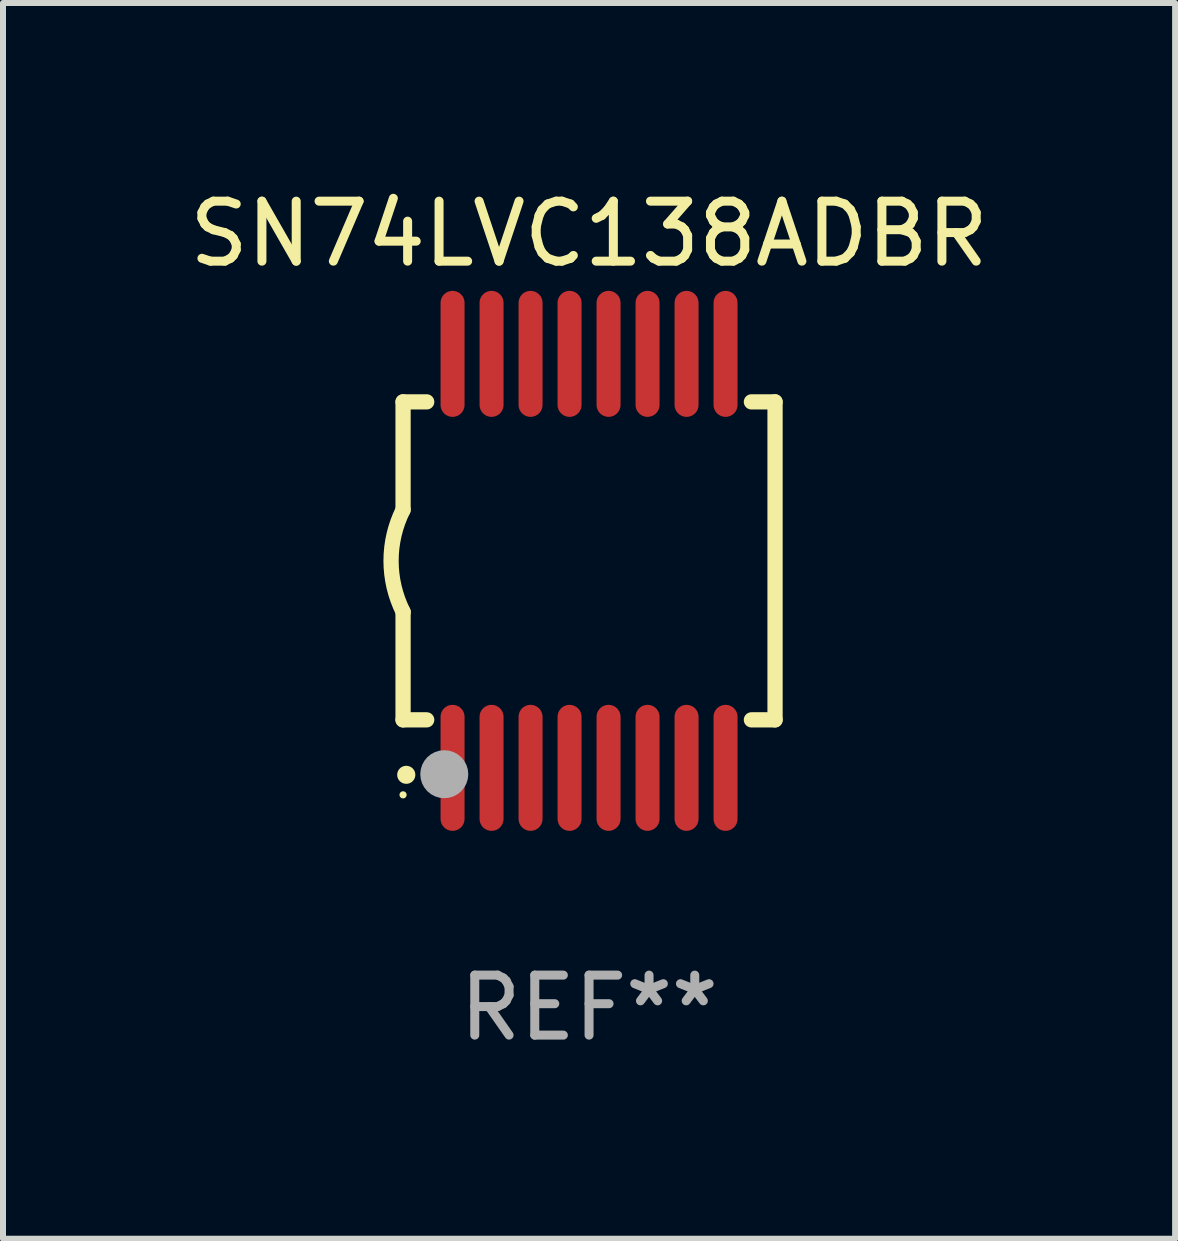
<source format=kicad_pcb>
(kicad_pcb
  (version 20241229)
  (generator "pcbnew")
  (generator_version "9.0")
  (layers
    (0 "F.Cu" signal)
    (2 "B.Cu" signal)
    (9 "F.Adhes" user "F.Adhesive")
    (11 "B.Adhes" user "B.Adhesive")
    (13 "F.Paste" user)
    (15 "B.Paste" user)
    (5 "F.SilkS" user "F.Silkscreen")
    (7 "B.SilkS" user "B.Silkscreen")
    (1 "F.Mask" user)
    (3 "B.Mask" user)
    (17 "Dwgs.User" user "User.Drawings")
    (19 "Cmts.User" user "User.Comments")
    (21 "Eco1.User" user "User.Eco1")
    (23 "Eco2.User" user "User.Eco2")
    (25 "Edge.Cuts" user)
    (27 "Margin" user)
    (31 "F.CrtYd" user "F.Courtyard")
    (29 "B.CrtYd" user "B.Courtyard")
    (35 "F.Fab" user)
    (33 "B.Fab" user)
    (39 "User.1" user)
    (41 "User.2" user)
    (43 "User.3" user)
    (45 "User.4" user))
  (footprint "SN74LVC138ADBR"
    (layer "F.Cu")
    (at 6.768 6.298)
    (property "Reference" "SN74LVC138ADBR" (at 0 -5.45 0) (layer "F.SilkS") (effects (font (size 1 1) (thickness 0.15))))
    (attr through_hole)
    (fp_line (start -3.1 -2.65) (end -3.1 -0.85) (stroke (width 0.254) (type solid)) (layer "F.SilkS"))
    (fp_line (start -3.1 -2.65) (end -2.706 -2.65) (stroke (width 0.254) (type solid)) (layer "F.SilkS"))
    (fp_line (start -3.1 2.65) (end -3.1 0.85) (stroke (width 0.254) (type solid)) (layer "F.SilkS"))
    (fp_line (start -3.1 2.65) (end -2.706 2.65) (stroke (width 0.254) (type solid)) (layer "F.SilkS"))
    (fp_line (start 2.706 -2.65) (end 3.1 -2.65) (stroke (width 0.254) (type solid)) (layer "F.SilkS"))
    (fp_line (start 2.706 2.65) (end 3.1 2.65) (stroke (width 0.254) (type solid)) (layer "F.SilkS"))
    (fp_line (start 3.1 -2.65) (end 3.1 2.65) (stroke (width 0.254) (type solid)) (layer "F.SilkS"))
    (fp_arc (start -3.098907 0.850902) (mid -3.300057 0.000523) (end -3.1 -0.850114) (stroke (width 0.254001) (type solid)) (layer "F.SilkS"))
    (fp_arc (start -3.048006 3.566066) (mid -3.046736 3.566061) (end -3.045466 3.566066) (stroke (width 0.3) (type solid)) (layer "F.SilkS"))
    (fp_circle (center -3.1 3.9) (end -3.07 3.9) (stroke (width 0.06) (type solid)) (fill no) (layer "F.SilkS"))
    (fp_circle (center -2.413 3.556) (end -2.213 3.556) (stroke (width 0.4) (type solid)) (fill no) (layer "F.Fab"))
    (fp_text user "REF**" (at 0 7.45 0) (layer "F.Fab") (effects (font (size 1 1) (thickness 0.15))))
    (pad "1" smd oval (at -2.275 3.45 180) (size 0.4 2.1) (layers "F.Cu" "F.Mask" "F.Paste"))
    (pad "2" smd oval (at -1.625 3.45 180) (size 0.4 2.1) (layers "F.Cu" "F.Mask" "F.Paste"))
    (pad "3" smd oval (at -0.975 3.45 180) (size 0.4 2.1) (layers "F.Cu" "F.Mask" "F.Paste"))
    (pad "4" smd oval (at -0.325 3.45 180) (size 0.4 2.1) (layers "F.Cu" "F.Mask" "F.Paste"))
    (pad "5" smd oval (at 0.325 3.45 180) (size 0.4 2.1) (layers "F.Cu" "F.Mask" "F.Paste"))
    (pad "6" smd oval (at 0.975 3.45 180) (size 0.4 2.1) (layers "F.Cu" "F.Mask" "F.Paste"))
    (pad "7" smd oval (at 1.625 3.45 180) (size 0.4 2.1) (layers "F.Cu" "F.Mask" "F.Paste"))
    (pad "8" smd oval (at 2.275 3.45 180) (size 0.4 2.1) (layers "F.Cu" "F.Mask" "F.Paste"))
    (pad "9" smd oval (at 2.275 -3.45 180) (size 0.4 2.1) (layers "F.Cu" "F.Mask" "F.Paste"))
    (pad "10" smd oval (at 1.625 -3.45 180) (size 0.4 2.1) (layers "F.Cu" "F.Mask" "F.Paste"))
    (pad "11" smd oval (at 0.975 -3.45 180) (size 0.4 2.1) (layers "F.Cu" "F.Mask" "F.Paste"))
    (pad "12" smd oval (at 0.325 -3.45 180) (size 0.4 2.1) (layers "F.Cu" "F.Mask" "F.Paste"))
    (pad "13" smd oval (at -0.325 -3.45 180) (size 0.4 2.1) (layers "F.Cu" "F.Mask" "F.Paste"))
    (pad "14" smd oval (at -0.975 -3.45 180) (size 0.4 2.1) (layers "F.Cu" "F.Mask" "F.Paste"))
    (pad "15" smd oval (at -1.625 -3.45 180) (size 0.4 2.1) (layers "F.Cu" "F.Mask" "F.Paste"))
    (pad "16" smd oval (at -2.275 -3.45 180) (size 0.4 2.1) (layers "F.Cu" "F.Mask" "F.Paste")))
  (gr_rect
    (start -3 -3)
    (end 16.536 17.597)
    (stroke (width 0.1) (type default))
    (fill no)
    (layer "Edge.Cuts")))
</source>
